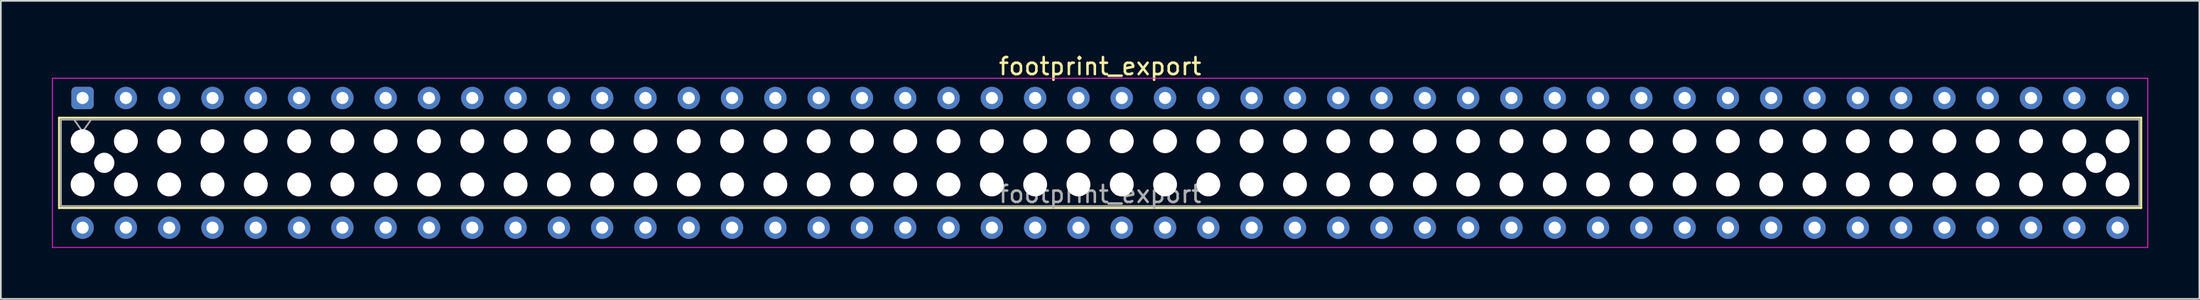
<source format=kicad_pcb>
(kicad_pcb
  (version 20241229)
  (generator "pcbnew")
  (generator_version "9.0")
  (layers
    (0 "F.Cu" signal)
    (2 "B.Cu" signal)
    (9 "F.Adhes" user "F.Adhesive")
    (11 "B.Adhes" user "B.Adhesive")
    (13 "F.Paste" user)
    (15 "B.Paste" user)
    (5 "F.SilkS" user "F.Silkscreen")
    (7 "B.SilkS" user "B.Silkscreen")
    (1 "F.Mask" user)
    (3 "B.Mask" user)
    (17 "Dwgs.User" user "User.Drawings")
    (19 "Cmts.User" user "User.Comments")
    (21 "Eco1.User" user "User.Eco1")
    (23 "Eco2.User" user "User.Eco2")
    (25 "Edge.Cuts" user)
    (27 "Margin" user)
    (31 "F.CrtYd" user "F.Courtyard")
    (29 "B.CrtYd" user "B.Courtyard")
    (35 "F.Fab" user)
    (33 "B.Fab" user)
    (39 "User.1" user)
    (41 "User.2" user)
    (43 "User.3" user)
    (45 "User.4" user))
  (footprint "footprint_export"
    (layer "F.Cu")
    (at 1.795 2.708)
    (property "Reference" "footprint_export" (at 59.69 -1.86 0) (layer "F.SilkS") (effects (font (size 1 1) (thickness 0.15))))
    (attr through_hole)
    (fp_line (start -1.38 1.16) (end 120.76 1.16) (stroke (width 0.12) (type solid)) (layer "F.SilkS"))
    (fp_line (start -1.38 6.46) (end -1.38 1.16) (stroke (width 0.12) (type solid)) (layer "F.SilkS"))
    (fp_line (start 120.76 1.16) (end 120.76 6.46) (stroke (width 0.12) (type solid)) (layer "F.SilkS"))
    (fp_line (start 120.76 6.46) (end -1.38 6.46) (stroke (width 0.12) (type solid)) (layer "F.SilkS"))
    (fp_line (start -1.77 -1.16) (end 121.15 -1.16) (stroke (width 0.05) (type solid)) (layer "F.CrtYd"))
    (fp_line (start -1.77 8.78) (end -1.77 -1.16) (stroke (width 0.05) (type solid)) (layer "F.CrtYd"))
    (fp_line (start 121.15 -1.16) (end 121.15 8.78) (stroke (width 0.05) (type solid)) (layer "F.CrtYd"))
    (fp_line (start 121.15 8.78) (end -1.77 8.78) (stroke (width 0.05) (type solid)) (layer "F.CrtYd"))
    (fp_line (start -1.27 1.27) (end 120.65 1.27) (stroke (width 0.1) (type solid)) (layer "F.Fab"))
    (fp_line (start -1.27 6.35) (end -1.27 1.27) (stroke (width 0.1) (type solid)) (layer "F.Fab"))
    (fp_line (start -0.5 1.27) (end 0 1.977) (stroke (width 0.1) (type solid)) (layer "F.Fab"))
    (fp_line (start 0 1.977) (end 0.5 1.27) (stroke (width 0.1) (type solid)) (layer "F.Fab"))
    (fp_line (start 120.65 1.27) (end 120.65 6.35) (stroke (width 0.1) (type solid)) (layer "F.Fab"))
    (fp_line (start 120.65 6.35) (end -1.27 6.35) (stroke (width 0.1) (type solid)) (layer "F.Fab"))
    (fp_text user "${REFERENCE}" (at 59.69 5.65 0) (layer "F.Fab") (effects (font (size 1 1) (thickness 0.15))))
    (pad "" np_thru_hole circle (at 0 2.54) (size 1.4 1.4) (drill 1.4) (layers "*.Cu" "*.Mask"))
    (pad "" np_thru_hole circle (at 0 5.08) (size 1.4 1.4) (drill 1.4) (layers "*.Cu" "*.Mask"))
    (pad "" np_thru_hole circle (at 1.27 3.81) (size 1.19 1.19) (drill 1.19) (layers "*.Cu" "*.Mask"))
    (pad "" np_thru_hole circle (at 2.54 2.54) (size 1.4 1.4) (drill 1.4) (layers "*.Cu" "*.Mask"))
    (pad "" np_thru_hole circle (at 2.54 5.08) (size 1.4 1.4) (drill 1.4) (layers "*.Cu" "*.Mask"))
    (pad "" np_thru_hole circle (at 5.08 2.54) (size 1.4 1.4) (drill 1.4) (layers "*.Cu" "*.Mask"))
    (pad "" np_thru_hole circle (at 5.08 5.08) (size 1.4 1.4) (drill 1.4) (layers "*.Cu" "*.Mask"))
    (pad "" np_thru_hole circle (at 7.62 2.54) (size 1.4 1.4) (drill 1.4) (layers "*.Cu" "*.Mask"))
    (pad "" np_thru_hole circle (at 7.62 5.08) (size 1.4 1.4) (drill 1.4) (layers "*.Cu" "*.Mask"))
    (pad "" np_thru_hole circle (at 10.16 2.54) (size 1.4 1.4) (drill 1.4) (layers "*.Cu" "*.Mask"))
    (pad "" np_thru_hole circle (at 10.16 5.08) (size 1.4 1.4) (drill 1.4) (layers "*.Cu" "*.Mask"))
    (pad "" np_thru_hole circle (at 12.7 2.54) (size 1.4 1.4) (drill 1.4) (layers "*.Cu" "*.Mask"))
    (pad "" np_thru_hole circle (at 12.7 5.08) (size 1.4 1.4) (drill 1.4) (layers "*.Cu" "*.Mask"))
    (pad "" np_thru_hole circle (at 15.24 2.54) (size 1.4 1.4) (drill 1.4) (layers "*.Cu" "*.Mask"))
    (pad "" np_thru_hole circle (at 15.24 5.08) (size 1.4 1.4) (drill 1.4) (layers "*.Cu" "*.Mask"))
    (pad "" np_thru_hole circle (at 17.78 2.54) (size 1.4 1.4) (drill 1.4) (layers "*.Cu" "*.Mask"))
    (pad "" np_thru_hole circle (at 17.78 5.08) (size 1.4 1.4) (drill 1.4) (layers "*.Cu" "*.Mask"))
    (pad "" np_thru_hole circle (at 20.32 2.54) (size 1.4 1.4) (drill 1.4) (layers "*.Cu" "*.Mask"))
    (pad "" np_thru_hole circle (at 20.32 5.08) (size 1.4 1.4) (drill 1.4) (layers "*.Cu" "*.Mask"))
    (pad "" np_thru_hole circle (at 22.86 2.54) (size 1.4 1.4) (drill 1.4) (layers "*.Cu" "*.Mask"))
    (pad "" np_thru_hole circle (at 22.86 5.08) (size 1.4 1.4) (drill 1.4) (layers "*.Cu" "*.Mask"))
    (pad "" np_thru_hole circle (at 25.4 2.54) (size 1.4 1.4) (drill 1.4) (layers "*.Cu" "*.Mask"))
    (pad "" np_thru_hole circle (at 25.4 5.08) (size 1.4 1.4) (drill 1.4) (layers "*.Cu" "*.Mask"))
    (pad "" np_thru_hole circle (at 27.94 2.54) (size 1.4 1.4) (drill 1.4) (layers "*.Cu" "*.Mask"))
    (pad "" np_thru_hole circle (at 27.94 5.08) (size 1.4 1.4) (drill 1.4) (layers "*.Cu" "*.Mask"))
    (pad "" np_thru_hole circle (at 30.48 2.54) (size 1.4 1.4) (drill 1.4) (layers "*.Cu" "*.Mask"))
    (pad "" np_thru_hole circle (at 30.48 5.08) (size 1.4 1.4) (drill 1.4) (layers "*.Cu" "*.Mask"))
    (pad "" np_thru_hole circle (at 33.02 2.54) (size 1.4 1.4) (drill 1.4) (layers "*.Cu" "*.Mask"))
    (pad "" np_thru_hole circle (at 33.02 5.08) (size 1.4 1.4) (drill 1.4) (layers "*.Cu" "*.Mask"))
    (pad "" np_thru_hole circle (at 35.56 2.54) (size 1.4 1.4) (drill 1.4) (layers "*.Cu" "*.Mask"))
    (pad "" np_thru_hole circle (at 35.56 5.08) (size 1.4 1.4) (drill 1.4) (layers "*.Cu" "*.Mask"))
    (pad "" np_thru_hole circle (at 38.1 2.54) (size 1.4 1.4) (drill 1.4) (layers "*.Cu" "*.Mask"))
    (pad "" np_thru_hole circle (at 38.1 5.08) (size 1.4 1.4) (drill 1.4) (layers "*.Cu" "*.Mask"))
    (pad "" np_thru_hole circle (at 40.64 2.54) (size 1.4 1.4) (drill 1.4) (layers "*.Cu" "*.Mask"))
    (pad "" np_thru_hole circle (at 40.64 5.08) (size 1.4 1.4) (drill 1.4) (layers "*.Cu" "*.Mask"))
    (pad "" np_thru_hole circle (at 43.18 2.54) (size 1.4 1.4) (drill 1.4) (layers "*.Cu" "*.Mask"))
    (pad "" np_thru_hole circle (at 43.18 5.08) (size 1.4 1.4) (drill 1.4) (layers "*.Cu" "*.Mask"))
    (pad "" np_thru_hole circle (at 45.72 2.54) (size 1.4 1.4) (drill 1.4) (layers "*.Cu" "*.Mask"))
    (pad "" np_thru_hole circle (at 45.72 5.08) (size 1.4 1.4) (drill 1.4) (layers "*.Cu" "*.Mask"))
    (pad "" np_thru_hole circle (at 48.26 2.54) (size 1.4 1.4) (drill 1.4) (layers "*.Cu" "*.Mask"))
    (pad "" np_thru_hole circle (at 48.26 5.08) (size 1.4 1.4) (drill 1.4) (layers "*.Cu" "*.Mask"))
    (pad "" np_thru_hole circle (at 50.8 2.54) (size 1.4 1.4) (drill 1.4) (layers "*.Cu" "*.Mask"))
    (pad "" np_thru_hole circle (at 50.8 5.08) (size 1.4 1.4) (drill 1.4) (layers "*.Cu" "*.Mask"))
    (pad "" np_thru_hole circle (at 53.34 2.54) (size 1.4 1.4) (drill 1.4) (layers "*.Cu" "*.Mask"))
    (pad "" np_thru_hole circle (at 53.34 5.08) (size 1.4 1.4) (drill 1.4) (layers "*.Cu" "*.Mask"))
    (pad "" np_thru_hole circle (at 55.88 2.54) (size 1.4 1.4) (drill 1.4) (layers "*.Cu" "*.Mask"))
    (pad "" np_thru_hole circle (at 55.88 5.08) (size 1.4 1.4) (drill 1.4) (layers "*.Cu" "*.Mask"))
    (pad "" np_thru_hole circle (at 58.42 2.54) (size 1.4 1.4) (drill 1.4) (layers "*.Cu" "*.Mask"))
    (pad "" np_thru_hole circle (at 58.42 5.08) (size 1.4 1.4) (drill 1.4) (layers "*.Cu" "*.Mask"))
    (pad "" np_thru_hole circle (at 60.96 2.54) (size 1.4 1.4) (drill 1.4) (layers "*.Cu" "*.Mask"))
    (pad "" np_thru_hole circle (at 60.96 5.08) (size 1.4 1.4) (drill 1.4) (layers "*.Cu" "*.Mask"))
    (pad "" np_thru_hole circle (at 63.5 2.54) (size 1.4 1.4) (drill 1.4) (layers "*.Cu" "*.Mask"))
    (pad "" np_thru_hole circle (at 63.5 5.08) (size 1.4 1.4) (drill 1.4) (layers "*.Cu" "*.Mask"))
    (pad "" np_thru_hole circle (at 66.04 2.54) (size 1.4 1.4) (drill 1.4) (layers "*.Cu" "*.Mask"))
    (pad "" np_thru_hole circle (at 66.04 5.08) (size 1.4 1.4) (drill 1.4) (layers "*.Cu" "*.Mask"))
    (pad "" np_thru_hole circle (at 68.58 2.54) (size 1.4 1.4) (drill 1.4) (layers "*.Cu" "*.Mask"))
    (pad "" np_thru_hole circle (at 68.58 5.08) (size 1.4 1.4) (drill 1.4) (layers "*.Cu" "*.Mask"))
    (pad "" np_thru_hole circle (at 71.12 2.54) (size 1.4 1.4) (drill 1.4) (layers "*.Cu" "*.Mask"))
    (pad "" np_thru_hole circle (at 71.12 5.08) (size 1.4 1.4) (drill 1.4) (layers "*.Cu" "*.Mask"))
    (pad "" np_thru_hole circle (at 73.66 2.54) (size 1.4 1.4) (drill 1.4) (layers "*.Cu" "*.Mask"))
    (pad "" np_thru_hole circle (at 73.66 5.08) (size 1.4 1.4) (drill 1.4) (layers "*.Cu" "*.Mask"))
    (pad "" np_thru_hole circle (at 76.2 2.54) (size 1.4 1.4) (drill 1.4) (layers "*.Cu" "*.Mask"))
    (pad "" np_thru_hole circle (at 76.2 5.08) (size 1.4 1.4) (drill 1.4) (layers "*.Cu" "*.Mask"))
    (pad "" np_thru_hole circle (at 78.74 2.54) (size 1.4 1.4) (drill 1.4) (layers "*.Cu" "*.Mask"))
    (pad "" np_thru_hole circle (at 78.74 5.08) (size 1.4 1.4) (drill 1.4) (layers "*.Cu" "*.Mask"))
    (pad "" np_thru_hole circle (at 81.28 2.54) (size 1.4 1.4) (drill 1.4) (layers "*.Cu" "*.Mask"))
    (pad "" np_thru_hole circle (at 81.28 5.08) (size 1.4 1.4) (drill 1.4) (layers "*.Cu" "*.Mask"))
    (pad "" np_thru_hole circle (at 83.82 2.54) (size 1.4 1.4) (drill 1.4) (layers "*.Cu" "*.Mask"))
    (pad "" np_thru_hole circle (at 83.82 5.08) (size 1.4 1.4) (drill 1.4) (layers "*.Cu" "*.Mask"))
    (pad "" np_thru_hole circle (at 86.36 2.54) (size 1.4 1.4) (drill 1.4) (layers "*.Cu" "*.Mask"))
    (pad "" np_thru_hole circle (at 86.36 5.08) (size 1.4 1.4) (drill 1.4) (layers "*.Cu" "*.Mask"))
    (pad "" np_thru_hole circle (at 88.9 2.54) (size 1.4 1.4) (drill 1.4) (layers "*.Cu" "*.Mask"))
    (pad "" np_thru_hole circle (at 88.9 5.08) (size 1.4 1.4) (drill 1.4) (layers "*.Cu" "*.Mask"))
    (pad "" np_thru_hole circle (at 91.44 2.54) (size 1.4 1.4) (drill 1.4) (layers "*.Cu" "*.Mask"))
    (pad "" np_thru_hole circle (at 91.44 5.08) (size 1.4 1.4) (drill 1.4) (layers "*.Cu" "*.Mask"))
    (pad "" np_thru_hole circle (at 93.98 2.54) (size 1.4 1.4) (drill 1.4) (layers "*.Cu" "*.Mask"))
    (pad "" np_thru_hole circle (at 93.98 5.08) (size 1.4 1.4) (drill 1.4) (layers "*.Cu" "*.Mask"))
    (pad "" np_thru_hole circle (at 96.52 2.54) (size 1.4 1.4) (drill 1.4) (layers "*.Cu" "*.Mask"))
    (pad "" np_thru_hole circle (at 96.52 5.08) (size 1.4 1.4) (drill 1.4) (layers "*.Cu" "*.Mask"))
    (pad "" np_thru_hole circle (at 99.06 2.54) (size 1.4 1.4) (drill 1.4) (layers "*.Cu" "*.Mask"))
    (pad "" np_thru_hole circle (at 99.06 5.08) (size 1.4 1.4) (drill 1.4) (layers "*.Cu" "*.Mask"))
    (pad "" np_thru_hole circle (at 101.6 2.54) (size 1.4 1.4) (drill 1.4) (layers "*.Cu" "*.Mask"))
    (pad "" np_thru_hole circle (at 101.6 5.08) (size 1.4 1.4) (drill 1.4) (layers "*.Cu" "*.Mask"))
    (pad "" np_thru_hole circle (at 104.14 2.54) (size 1.4 1.4) (drill 1.4) (layers "*.Cu" "*.Mask"))
    (pad "" np_thru_hole circle (at 104.14 5.08) (size 1.4 1.4) (drill 1.4) (layers "*.Cu" "*.Mask"))
    (pad "" np_thru_hole circle (at 106.68 2.54) (size 1.4 1.4) (drill 1.4) (layers "*.Cu" "*.Mask"))
    (pad "" np_thru_hole circle (at 106.68 5.08) (size 1.4 1.4) (drill 1.4) (layers "*.Cu" "*.Mask"))
    (pad "" np_thru_hole circle (at 109.22 2.54) (size 1.4 1.4) (drill 1.4) (layers "*.Cu" "*.Mask"))
    (pad "" np_thru_hole circle (at 109.22 5.08) (size 1.4 1.4) (drill 1.4) (layers "*.Cu" "*.Mask"))
    (pad "" np_thru_hole circle (at 111.76 2.54) (size 1.4 1.4) (drill 1.4) (layers "*.Cu" "*.Mask"))
    (pad "" np_thru_hole circle (at 111.76 5.08) (size 1.4 1.4) (drill 1.4) (layers "*.Cu" "*.Mask"))
    (pad "" np_thru_hole circle (at 114.3 2.54) (size 1.4 1.4) (drill 1.4) (layers "*.Cu" "*.Mask"))
    (pad "" np_thru_hole circle (at 114.3 5.08) (size 1.4 1.4) (drill 1.4) (layers "*.Cu" "*.Mask"))
    (pad "" np_thru_hole circle (at 116.84 2.54) (size 1.4 1.4) (drill 1.4) (layers "*.Cu" "*.Mask"))
    (pad "" np_thru_hole circle (at 116.84 5.08) (size 1.4 1.4) (drill 1.4) (layers "*.Cu" "*.Mask"))
    (pad "" np_thru_hole circle (at 118.11 3.81) (size 1.19 1.19) (drill 1.19) (layers "*.Cu" "*.Mask"))
    (pad "" np_thru_hole circle (at 119.38 2.54) (size 1.4 1.4) (drill 1.4) (layers "*.Cu" "*.Mask"))
    (pad "" np_thru_hole circle (at 119.38 5.08) (size 1.4 1.4) (drill 1.4) (layers "*.Cu" "*.Mask"))
    (pad "1" thru_hole roundrect (at 0 0) (size 1.31 1.31) (drill 0.71) (layers "*.Cu" "*.Mask") (roundrect_rratio 0.191))
    (pad "2" thru_hole circle (at 0 7.62) (size 1.31 1.31) (drill 0.71) (layers "*.Cu" "*.Mask"))
    (pad "3" thru_hole circle (at 2.54 0) (size 1.31 1.31) (drill 0.71) (layers "*.Cu" "*.Mask"))
    (pad "4" thru_hole circle (at 2.54 7.62) (size 1.31 1.31) (drill 0.71) (layers "*.Cu" "*.Mask"))
    (pad "5" thru_hole circle (at 5.08 0) (size 1.31 1.31) (drill 0.71) (layers "*.Cu" "*.Mask"))
    (pad "6" thru_hole circle (at 5.08 7.62) (size 1.31 1.31) (drill 0.71) (layers "*.Cu" "*.Mask"))
    (pad "7" thru_hole circle (at 7.62 0) (size 1.31 1.31) (drill 0.71) (layers "*.Cu" "*.Mask"))
    (pad "8" thru_hole circle (at 7.62 7.62) (size 1.31 1.31) (drill 0.71) (layers "*.Cu" "*.Mask"))
    (pad "9" thru_hole circle (at 10.16 0) (size 1.31 1.31) (drill 0.71) (layers "*.Cu" "*.Mask"))
    (pad "10" thru_hole circle (at 10.16 7.62) (size 1.31 1.31) (drill 0.71) (layers "*.Cu" "*.Mask"))
    (pad "11" thru_hole circle (at 12.7 0) (size 1.31 1.31) (drill 0.71) (layers "*.Cu" "*.Mask"))
    (pad "12" thru_hole circle (at 12.7 7.62) (size 1.31 1.31) (drill 0.71) (layers "*.Cu" "*.Mask"))
    (pad "13" thru_hole circle (at 15.24 0) (size 1.31 1.31) (drill 0.71) (layers "*.Cu" "*.Mask"))
    (pad "14" thru_hole circle (at 15.24 7.62) (size 1.31 1.31) (drill 0.71) (layers "*.Cu" "*.Mask"))
    (pad "15" thru_hole circle (at 17.78 0) (size 1.31 1.31) (drill 0.71) (layers "*.Cu" "*.Mask"))
    (pad "16" thru_hole circle (at 17.78 7.62) (size 1.31 1.31) (drill 0.71) (layers "*.Cu" "*.Mask"))
    (pad "17" thru_hole circle (at 20.32 0) (size 1.31 1.31) (drill 0.71) (layers "*.Cu" "*.Mask"))
    (pad "18" thru_hole circle (at 20.32 7.62) (size 1.31 1.31) (drill 0.71) (layers "*.Cu" "*.Mask"))
    (pad "19" thru_hole circle (at 22.86 0) (size 1.31 1.31) (drill 0.71) (layers "*.Cu" "*.Mask"))
    (pad "20" thru_hole circle (at 22.86 7.62) (size 1.31 1.31) (drill 0.71) (layers "*.Cu" "*.Mask"))
    (pad "21" thru_hole circle (at 25.4 0) (size 1.31 1.31) (drill 0.71) (layers "*.Cu" "*.Mask"))
    (pad "22" thru_hole circle (at 25.4 7.62) (size 1.31 1.31) (drill 0.71) (layers "*.Cu" "*.Mask"))
    (pad "23" thru_hole circle (at 27.94 0) (size 1.31 1.31) (drill 0.71) (layers "*.Cu" "*.Mask"))
    (pad "24" thru_hole circle (at 27.94 7.62) (size 1.31 1.31) (drill 0.71) (layers "*.Cu" "*.Mask"))
    (pad "25" thru_hole circle (at 30.48 0) (size 1.31 1.31) (drill 0.71) (layers "*.Cu" "*.Mask"))
    (pad "26" thru_hole circle (at 30.48 7.62) (size 1.31 1.31) (drill 0.71) (layers "*.Cu" "*.Mask"))
    (pad "27" thru_hole circle (at 33.02 0) (size 1.31 1.31) (drill 0.71) (layers "*.Cu" "*.Mask"))
    (pad "28" thru_hole circle (at 33.02 7.62) (size 1.31 1.31) (drill 0.71) (layers "*.Cu" "*.Mask"))
    (pad "29" thru_hole circle (at 35.56 0) (size 1.31 1.31) (drill 0.71) (layers "*.Cu" "*.Mask"))
    (pad "30" thru_hole circle (at 35.56 7.62) (size 1.31 1.31) (drill 0.71) (layers "*.Cu" "*.Mask"))
    (pad "31" thru_hole circle (at 38.1 0) (size 1.31 1.31) (drill 0.71) (layers "*.Cu" "*.Mask"))
    (pad "32" thru_hole circle (at 38.1 7.62) (size 1.31 1.31) (drill 0.71) (layers "*.Cu" "*.Mask"))
    (pad "33" thru_hole circle (at 40.64 0) (size 1.31 1.31) (drill 0.71) (layers "*.Cu" "*.Mask"))
    (pad "34" thru_hole circle (at 40.64 7.62) (size 1.31 1.31) (drill 0.71) (layers "*.Cu" "*.Mask"))
    (pad "35" thru_hole circle (at 43.18 0) (size 1.31 1.31) (drill 0.71) (layers "*.Cu" "*.Mask"))
    (pad "36" thru_hole circle (at 43.18 7.62) (size 1.31 1.31) (drill 0.71) (layers "*.Cu" "*.Mask"))
    (pad "37" thru_hole circle (at 45.72 0) (size 1.31 1.31) (drill 0.71) (layers "*.Cu" "*.Mask"))
    (pad "38" thru_hole circle (at 45.72 7.62) (size 1.31 1.31) (drill 0.71) (layers "*.Cu" "*.Mask"))
    (pad "39" thru_hole circle (at 48.26 0) (size 1.31 1.31) (drill 0.71) (layers "*.Cu" "*.Mask"))
    (pad "40" thru_hole circle (at 48.26 7.62) (size 1.31 1.31) (drill 0.71) (layers "*.Cu" "*.Mask"))
    (pad "41" thru_hole circle (at 50.8 0) (size 1.31 1.31) (drill 0.71) (layers "*.Cu" "*.Mask"))
    (pad "42" thru_hole circle (at 50.8 7.62) (size 1.31 1.31) (drill 0.71) (layers "*.Cu" "*.Mask"))
    (pad "43" thru_hole circle (at 53.34 0) (size 1.31 1.31) (drill 0.71) (layers "*.Cu" "*.Mask"))
    (pad "44" thru_hole circle (at 53.34 7.62) (size 1.31 1.31) (drill 0.71) (layers "*.Cu" "*.Mask"))
    (pad "45" thru_hole circle (at 55.88 0) (size 1.31 1.31) (drill 0.71) (layers "*.Cu" "*.Mask"))
    (pad "46" thru_hole circle (at 55.88 7.62) (size 1.31 1.31) (drill 0.71) (layers "*.Cu" "*.Mask"))
    (pad "47" thru_hole circle (at 58.42 0) (size 1.31 1.31) (drill 0.71) (layers "*.Cu" "*.Mask"))
    (pad "48" thru_hole circle (at 58.42 7.62) (size 1.31 1.31) (drill 0.71) (layers "*.Cu" "*.Mask"))
    (pad "49" thru_hole circle (at 60.96 0) (size 1.31 1.31) (drill 0.71) (layers "*.Cu" "*.Mask"))
    (pad "50" thru_hole circle (at 60.96 7.62) (size 1.31 1.31) (drill 0.71) (layers "*.Cu" "*.Mask"))
    (pad "51" thru_hole circle (at 63.5 0) (size 1.31 1.31) (drill 0.71) (layers "*.Cu" "*.Mask"))
    (pad "52" thru_hole circle (at 63.5 7.62) (size 1.31 1.31) (drill 0.71) (layers "*.Cu" "*.Mask"))
    (pad "53" thru_hole circle (at 66.04 0) (size 1.31 1.31) (drill 0.71) (layers "*.Cu" "*.Mask"))
    (pad "54" thru_hole circle (at 66.04 7.62) (size 1.31 1.31) (drill 0.71) (layers "*.Cu" "*.Mask"))
    (pad "55" thru_hole circle (at 68.58 0) (size 1.31 1.31) (drill 0.71) (layers "*.Cu" "*.Mask"))
    (pad "56" thru_hole circle (at 68.58 7.62) (size 1.31 1.31) (drill 0.71) (layers "*.Cu" "*.Mask"))
    (pad "57" thru_hole circle (at 71.12 0) (size 1.31 1.31) (drill 0.71) (layers "*.Cu" "*.Mask"))
    (pad "58" thru_hole circle (at 71.12 7.62) (size 1.31 1.31) (drill 0.71) (layers "*.Cu" "*.Mask"))
    (pad "59" thru_hole circle (at 73.66 0) (size 1.31 1.31) (drill 0.71) (layers "*.Cu" "*.Mask"))
    (pad "60" thru_hole circle (at 73.66 7.62) (size 1.31 1.31) (drill 0.71) (layers "*.Cu" "*.Mask"))
    (pad "61" thru_hole circle (at 76.2 0) (size 1.31 1.31) (drill 0.71) (layers "*.Cu" "*.Mask"))
    (pad "62" thru_hole circle (at 76.2 7.62) (size 1.31 1.31) (drill 0.71) (layers "*.Cu" "*.Mask"))
    (pad "63" thru_hole circle (at 78.74 0) (size 1.31 1.31) (drill 0.71) (layers "*.Cu" "*.Mask"))
    (pad "64" thru_hole circle (at 78.74 7.62) (size 1.31 1.31) (drill 0.71) (layers "*.Cu" "*.Mask"))
    (pad "65" thru_hole circle (at 81.28 0) (size 1.31 1.31) (drill 0.71) (layers "*.Cu" "*.Mask"))
    (pad "66" thru_hole circle (at 81.28 7.62) (size 1.31 1.31) (drill 0.71) (layers "*.Cu" "*.Mask"))
    (pad "67" thru_hole circle (at 83.82 0) (size 1.31 1.31) (drill 0.71) (layers "*.Cu" "*.Mask"))
    (pad "68" thru_hole circle (at 83.82 7.62) (size 1.31 1.31) (drill 0.71) (layers "*.Cu" "*.Mask"))
    (pad "69" thru_hole circle (at 86.36 0) (size 1.31 1.31) (drill 0.71) (layers "*.Cu" "*.Mask"))
    (pad "70" thru_hole circle (at 86.36 7.62) (size 1.31 1.31) (drill 0.71) (layers "*.Cu" "*.Mask"))
    (pad "71" thru_hole circle (at 88.9 0) (size 1.31 1.31) (drill 0.71) (layers "*.Cu" "*.Mask"))
    (pad "72" thru_hole circle (at 88.9 7.62) (size 1.31 1.31) (drill 0.71) (layers "*.Cu" "*.Mask"))
    (pad "73" thru_hole circle (at 91.44 0) (size 1.31 1.31) (drill 0.71) (layers "*.Cu" "*.Mask"))
    (pad "74" thru_hole circle (at 91.44 7.62) (size 1.31 1.31) (drill 0.71) (layers "*.Cu" "*.Mask"))
    (pad "75" thru_hole circle (at 93.98 0) (size 1.31 1.31) (drill 0.71) (layers "*.Cu" "*.Mask"))
    (pad "76" thru_hole circle (at 93.98 7.62) (size 1.31 1.31) (drill 0.71) (layers "*.Cu" "*.Mask"))
    (pad "77" thru_hole circle (at 96.52 0) (size 1.31 1.31) (drill 0.71) (layers "*.Cu" "*.Mask"))
    (pad "78" thru_hole circle (at 96.52 7.62) (size 1.31 1.31) (drill 0.71) (layers "*.Cu" "*.Mask"))
    (pad "79" thru_hole circle (at 99.06 0) (size 1.31 1.31) (drill 0.71) (layers "*.Cu" "*.Mask"))
    (pad "80" thru_hole circle (at 99.06 7.62) (size 1.31 1.31) (drill 0.71) (layers "*.Cu" "*.Mask"))
    (pad "81" thru_hole circle (at 101.6 0) (size 1.31 1.31) (drill 0.71) (layers "*.Cu" "*.Mask"))
    (pad "82" thru_hole circle (at 101.6 7.62) (size 1.31 1.31) (drill 0.71) (layers "*.Cu" "*.Mask"))
    (pad "83" thru_hole circle (at 104.14 0) (size 1.31 1.31) (drill 0.71) (layers "*.Cu" "*.Mask"))
    (pad "84" thru_hole circle (at 104.14 7.62) (size 1.31 1.31) (drill 0.71) (layers "*.Cu" "*.Mask"))
    (pad "85" thru_hole circle (at 106.68 0) (size 1.31 1.31) (drill 0.71) (layers "*.Cu" "*.Mask"))
    (pad "86" thru_hole circle (at 106.68 7.62) (size 1.31 1.31) (drill 0.71) (layers "*.Cu" "*.Mask"))
    (pad "87" thru_hole circle (at 109.22 0) (size 1.31 1.31) (drill 0.71) (layers "*.Cu" "*.Mask"))
    (pad "88" thru_hole circle (at 109.22 7.62) (size 1.31 1.31) (drill 0.71) (layers "*.Cu" "*.Mask"))
    (pad "89" thru_hole circle (at 111.76 0) (size 1.31 1.31) (drill 0.71) (layers "*.Cu" "*.Mask"))
    (pad "90" thru_hole circle (at 111.76 7.62) (size 1.31 1.31) (drill 0.71) (layers "*.Cu" "*.Mask"))
    (pad "91" thru_hole circle (at 114.3 0) (size 1.31 1.31) (drill 0.71) (layers "*.Cu" "*.Mask"))
    (pad "92" thru_hole circle (at 114.3 7.62) (size 1.31 1.31) (drill 0.71) (layers "*.Cu" "*.Mask"))
    (pad "93" thru_hole circle (at 116.84 0) (size 1.31 1.31) (drill 0.71) (layers "*.Cu" "*.Mask"))
    (pad "94" thru_hole circle (at 116.84 7.62) (size 1.31 1.31) (drill 0.71) (layers "*.Cu" "*.Mask"))
    (pad "95" thru_hole circle (at 119.38 0) (size 1.31 1.31) (drill 0.71) (layers "*.Cu" "*.Mask"))
    (pad "96" thru_hole circle (at 119.38 7.62) (size 1.31 1.31) (drill 0.71) (layers "*.Cu" "*.Mask")))
  (gr_rect
    (start -3 -3)
    (end 125.97 14.513)
    (stroke (width 0.1) (type default))
    (fill no)
    (layer "Edge.Cuts")))
</source>
